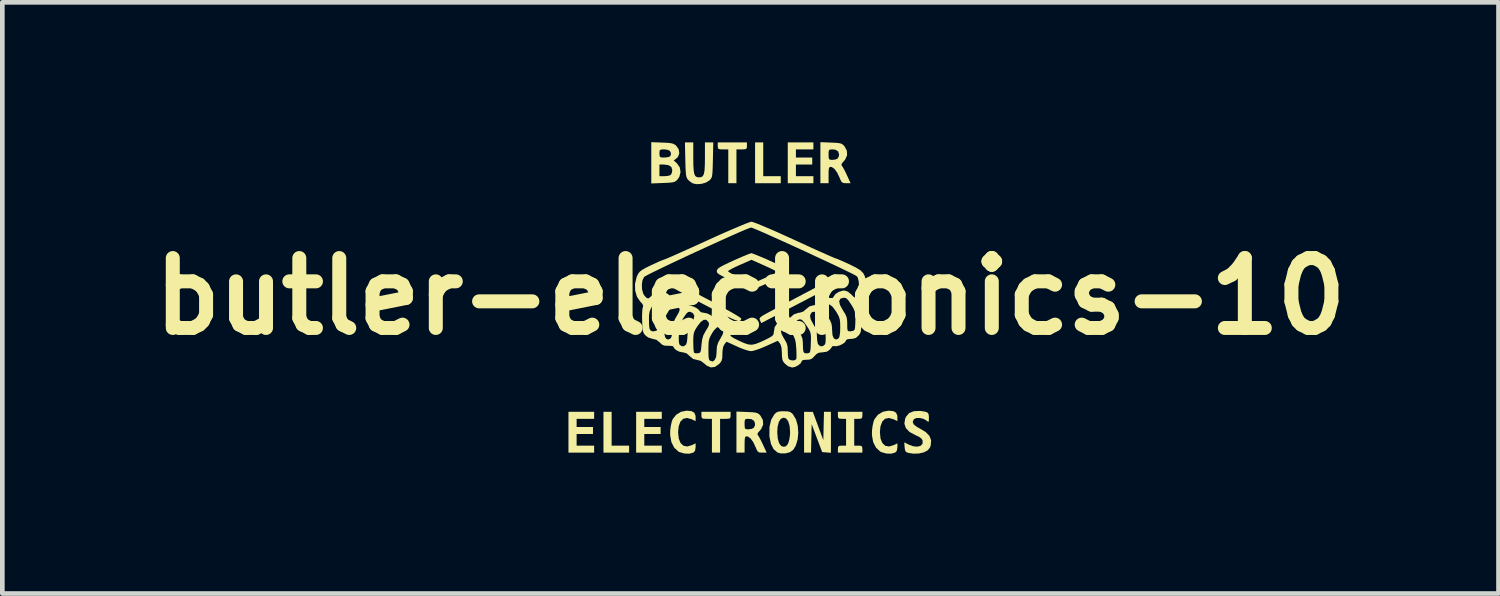
<source format=kicad_pcb>
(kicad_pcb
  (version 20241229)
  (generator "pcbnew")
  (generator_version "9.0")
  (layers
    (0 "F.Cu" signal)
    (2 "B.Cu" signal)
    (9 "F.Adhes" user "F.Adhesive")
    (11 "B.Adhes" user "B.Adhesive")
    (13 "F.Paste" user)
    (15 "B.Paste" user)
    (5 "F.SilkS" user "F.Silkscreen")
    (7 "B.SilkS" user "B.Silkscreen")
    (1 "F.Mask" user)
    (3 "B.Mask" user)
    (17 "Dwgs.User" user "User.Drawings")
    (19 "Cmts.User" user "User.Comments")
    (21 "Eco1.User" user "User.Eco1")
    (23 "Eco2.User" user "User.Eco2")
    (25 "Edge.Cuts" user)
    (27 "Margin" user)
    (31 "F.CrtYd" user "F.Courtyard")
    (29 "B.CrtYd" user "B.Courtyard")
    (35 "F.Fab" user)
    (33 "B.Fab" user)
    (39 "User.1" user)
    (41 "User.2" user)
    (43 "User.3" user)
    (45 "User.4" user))
  (footprint "butler-electronics-10"
    (layer "F.Cu")
    (at 13.05 3.308)
    (property "Reference" "butler-electronics-10" (at 0 0 0) (layer "F.SilkS") (effects (font (size 1.5 1.5) (thickness 0.3))))
    (attr board_only exclude_from_pos_files exclude_from_bom)
    (fp_poly (pts (xy -2.978 2.84) (xy -2.978 3.203) (xy -2.79 3.203) (xy -2.603 3.203) (xy -2.603 3.278) (xy -2.603 3.353) (xy -2.878 3.353) (xy -3.153 3.353) (xy -3.153 2.915) (xy -3.153 2.477) (xy -3.066 2.477) (xy -2.978 2.477)) (stroke (width 0) (type solid)) (fill yes) (layer "F.SilkS"))
    (fp_poly (pts (xy 0.275 -2.94) (xy 0.275 -2.578) (xy 0.463 -2.578) (xy 0.651 -2.578) (xy 0.651 -2.502) (xy 0.651 -2.427) (xy 0.375 -2.427) (xy 0.1 -2.427) (xy 0.1 -2.865) (xy 0.1 -3.303) (xy 0.188 -3.303) (xy 0.275 -3.303)) (stroke (width 0) (type solid)) (fill yes) (layer "F.SilkS"))
    (fp_poly (pts (xy -0.425 2.553) (xy -0.429 2.599) (xy -0.448 2.621) (xy -0.496 2.627) (xy -0.538 2.628) (xy -0.651 2.628) (xy -0.651 2.99) (xy -0.651 3.353) (xy -0.738 3.353) (xy -0.826 3.353) (xy -0.826 2.99) (xy -0.826 2.628) (xy -0.938 2.628) (xy -1.008 2.625) (xy -1.04 2.613) (xy -1.05 2.581) (xy -1.051 2.553) (xy -1.051 2.477) (xy -0.738 2.477) (xy -0.425 2.477)) (stroke (width 0) (type solid)) (fill yes) (layer "F.SilkS"))
    (fp_poly (pts (xy -0.075 -3.228) (xy -0.078 -3.182) (xy -0.097 -3.16) (xy -0.145 -3.154) (xy -0.188 -3.153) (xy -0.3 -3.153) (xy -0.3 -2.79) (xy -0.3 -2.427) (xy -0.388 -2.427) (xy -0.475 -2.427) (xy -0.475 -2.79) (xy -0.475 -3.153) (xy -0.588 -3.153) (xy -0.657 -3.155) (xy -0.69 -3.168) (xy -0.7 -3.2) (xy -0.701 -3.228) (xy -0.701 -3.303) (xy -0.388 -3.303) (xy -0.075 -3.303)) (stroke (width 0) (type solid)) (fill yes) (layer "F.SilkS"))
    (fp_poly (pts (xy 1.727 2.917) (xy 1.727 3.356) (xy 1.633 3.349) (xy 1.539 3.341) (xy 1.426 3.041) (xy 1.314 2.742) (xy 1.307 3.048) (xy 1.3 3.353) (xy 1.225 3.353) (xy 1.151 3.353) (xy 1.151 2.915) (xy 1.151 2.477) (xy 1.245 2.478) (xy 1.339 2.478) (xy 1.451 2.781) (xy 1.564 3.085) (xy 1.571 2.781) (xy 1.578 2.477) (xy 1.652 2.477) (xy 1.727 2.477)) (stroke (width 0) (type solid)) (fill yes) (layer "F.SilkS"))
    (fp_poly (pts (xy -3.353 2.553) (xy -3.353 2.628) (xy -3.541 2.628) (xy -3.729 2.628) (xy -3.729 2.715) (xy -3.729 2.803) (xy -3.553 2.803) (xy -3.378 2.803) (xy -3.378 2.878) (xy -3.378 2.953) (xy -3.553 2.953) (xy -3.729 2.953) (xy -3.729 3.078) (xy -3.729 3.203) (xy -3.541 3.203) (xy -3.353 3.203) (xy -3.353 3.278) (xy -3.353 3.353) (xy -3.629 3.353) (xy -3.904 3.353) (xy -3.904 2.915) (xy -3.904 2.477) (xy -3.629 2.477) (xy -3.353 2.477)) (stroke (width 0) (type solid)) (fill yes) (layer "F.SilkS"))
    (fp_poly (pts (xy -1.902 2.553) (xy -1.902 2.628) (xy -2.09 2.628) (xy -2.277 2.628) (xy -2.277 2.715) (xy -2.277 2.803) (xy -2.102 2.803) (xy -1.927 2.803) (xy -1.927 2.878) (xy -1.927 2.953) (xy -2.102 2.953) (xy -2.277 2.953) (xy -2.277 3.078) (xy -2.277 3.203) (xy -2.09 3.203) (xy -1.902 3.203) (xy -1.902 3.278) (xy -1.902 3.353) (xy -2.177 3.353) (xy -2.452 3.353) (xy -2.452 2.915) (xy -2.452 2.477) (xy -2.177 2.477) (xy -1.902 2.477)) (stroke (width 0) (type solid)) (fill yes) (layer "F.SilkS"))
    (fp_poly (pts (xy 1.351 -3.228) (xy 1.351 -3.153) (xy 1.164 -3.153) (xy 0.976 -3.153) (xy 0.976 -3.066) (xy 0.976 -2.978) (xy 1.151 -2.978) (xy 1.326 -2.978) (xy 1.326 -2.903) (xy 1.326 -2.828) (xy 1.151 -2.828) (xy 0.976 -2.828) (xy 0.976 -2.703) (xy 0.976 -2.578) (xy 1.164 -2.578) (xy 1.351 -2.578) (xy 1.351 -2.502) (xy 1.351 -2.427) (xy 1.076 -2.427) (xy 0.801 -2.427) (xy 0.801 -2.865) (xy 0.801 -3.303) (xy 1.076 -3.303) (xy 1.351 -3.303)) (stroke (width 0) (type solid)) (fill yes) (layer "F.SilkS"))
    (fp_poly (pts (xy 2.402 2.553) (xy 2.397 2.603) (xy 2.373 2.624) (xy 2.315 2.628) (xy 2.227 2.628) (xy 2.227 2.915) (xy 2.227 3.203) (xy 2.315 3.203) (xy 2.374 3.207) (xy 2.398 3.229) (xy 2.402 3.278) (xy 2.402 3.353) (xy 2.14 3.353) (xy 1.877 3.353) (xy 1.877 3.278) (xy 1.882 3.228) (xy 1.906 3.207) (xy 1.964 3.203) (xy 2.052 3.203) (xy 2.052 2.915) (xy 2.052 2.628) (xy 1.964 2.628) (xy 1.906 2.623) (xy 1.881 2.602) (xy 1.877 2.553) (xy 1.877 2.477) (xy 2.14 2.477) (xy 2.402 2.477)) (stroke (width 0) (type solid)) (fill yes) (layer "F.SilkS"))
    (fp_poly (pts (xy -1.267 2.462) (xy -1.205 2.495) (xy -1.179 2.555) (xy -1.176 2.591) (xy -1.176 2.677) (xy -1.261 2.636) (xy -1.36 2.609) (xy -1.441 2.627) (xy -1.502 2.687) (xy -1.539 2.788) (xy -1.552 2.915) (xy -1.538 3.051) (xy -1.498 3.148) (xy -1.436 3.206) (xy -1.354 3.221) (xy -1.261 3.194) (xy -1.176 3.154) (xy -1.176 3.24) (xy -1.189 3.316) (xy -1.225 3.352) (xy -1.311 3.376) (xy -1.416 3.372) (xy -1.517 3.343) (xy -1.547 3.328) (xy -1.637 3.244) (xy -1.696 3.126) (xy -1.722 2.978) (xy -1.721 2.88) (xy -1.708 2.779) (xy -1.687 2.686) (xy -1.667 2.633) (xy -1.592 2.539) (xy -1.487 2.476) (xy -1.368 2.453)) (stroke (width 0) (type solid)) (fill yes) (layer "F.SilkS"))
    (fp_poly (pts (xy 3.063 2.462) (xy 3.124 2.495) (xy 3.151 2.555) (xy 3.153 2.591) (xy 3.153 2.677) (xy 3.068 2.636) (xy 2.97 2.609) (xy 2.888 2.627) (xy 2.828 2.687) (xy 2.79 2.788) (xy 2.778 2.915) (xy 2.791 3.051) (xy 2.831 3.148) (xy 2.893 3.206) (xy 2.975 3.221) (xy 3.068 3.194) (xy 3.153 3.154) (xy 3.153 3.24) (xy 3.14 3.316) (xy 3.105 3.352) (xy 3.018 3.376) (xy 2.913 3.372) (xy 2.813 3.343) (xy 2.782 3.328) (xy 2.693 3.244) (xy 2.633 3.126) (xy 2.607 2.978) (xy 2.608 2.88) (xy 2.621 2.779) (xy 2.642 2.686) (xy 2.663 2.633) (xy 2.737 2.539) (xy 2.842 2.476) (xy 2.961 2.453)) (stroke (width 0) (type solid)) (fill yes) (layer "F.SilkS"))
    (fp_poly (pts (xy 1.815 -0.361) (xy 1.821 -0.355) (xy 1.834 -0.34) (xy 1.844 -0.326) (xy 1.847 -0.312) (xy 1.841 -0.297) (xy 1.822 -0.277) (xy 1.786 -0.25) (xy 1.731 -0.216) (xy 1.653 -0.171) (xy 1.549 -0.114) (xy 1.415 -0.043) (xy 1.248 0.045) (xy 1.044 0.151) (xy 0.802 0.277) (xy 0.686 0.338) (xy 0.232 0.574) (xy 0.205 0.513) (xy 0.197 0.491) (xy 0.198 0.471) (xy 0.214 0.449) (xy 0.251 0.421) (xy 0.314 0.384) (xy 0.408 0.333) (xy 0.539 0.263) (xy 0.595 0.234) (xy 0.766 0.145) (xy 0.956 0.045) (xy 1.15 -0.057) (xy 1.326 -0.15) (xy 1.401 -0.19) (xy 1.542 -0.264) (xy 1.646 -0.316) (xy 1.719 -0.35) (xy 1.767 -0.367) (xy 1.797 -0.37)) (stroke (width 0) (type solid)) (fill yes) (layer "F.SilkS"))
    (fp_poly (pts (xy -1.753 -0.356) (xy -1.701 -0.336) (xy -1.628 -0.303) (xy -1.528 -0.254) (xy -1.398 -0.187) (xy -1.233 -0.102) (xy -1.029 0.005) (xy -0.988 0.027) (xy -0.777 0.139) (xy -0.593 0.239) (xy -0.441 0.323) (xy -0.322 0.392) (xy -0.241 0.442) (xy -0.2 0.473) (xy -0.196 0.48) (xy -0.204 0.505) (xy -0.217 0.522) (xy -0.238 0.53) (xy -0.273 0.526) (xy -0.326 0.509) (xy -0.401 0.477) (xy -0.501 0.429) (xy -0.633 0.363) (xy -0.799 0.277) (xy -1.005 0.17) (xy -1.037 0.153) (xy -1.221 0.056) (xy -1.39 -0.034) (xy -1.54 -0.115) (xy -1.666 -0.184) (xy -1.761 -0.238) (xy -1.823 -0.275) (xy -1.844 -0.29) (xy -1.837 -0.328) (xy -1.821 -0.355) (xy -1.809 -0.364) (xy -1.788 -0.365)) (stroke (width 0) (type solid)) (fill yes) (layer "F.SilkS"))
    (fp_poly (pts (xy -1.226 -2.967) (xy -1.224 -2.812) (xy -1.217 -2.701) (xy -1.204 -2.626) (xy -1.181 -2.58) (xy -1.146 -2.558) (xy -1.101 -2.553) (xy -1.054 -2.559) (xy -1.021 -2.581) (xy -0.998 -2.628) (xy -0.984 -2.704) (xy -0.978 -2.817) (xy -0.976 -2.967) (xy -0.976 -3.303) (xy -0.887 -3.303) (xy -0.797 -3.303) (xy -0.805 -2.928) (xy -0.809 -2.784) (xy -0.813 -2.681) (xy -0.819 -2.61) (xy -0.828 -2.562) (xy -0.843 -2.53) (xy -0.864 -2.503) (xy -0.88 -2.487) (xy -0.956 -2.44) (xy -1.057 -2.412) (xy -1.163 -2.407) (xy -1.239 -2.425) (xy -1.293 -2.46) (xy -1.339 -2.502) (xy -1.359 -2.529) (xy -1.373 -2.564) (xy -1.383 -2.616) (xy -1.389 -2.694) (xy -1.394 -2.806) (xy -1.397 -2.93) (xy -1.405 -3.303) (xy -1.316 -3.303) (xy -1.226 -3.303)) (stroke (width 0) (type solid)) (fill yes) (layer "F.SilkS"))
    (fp_poly (pts (xy 0.799 2.468) (xy 0.854 2.482) (xy 0.896 2.513) (xy 0.914 2.534) (xy 0.978 2.641) (xy 1.015 2.776) (xy 1.027 2.925) (xy 1.013 3.072) (xy 0.973 3.204) (xy 0.918 3.293) (xy 0.846 3.344) (xy 0.749 3.37) (xy 0.648 3.37) (xy 0.577 3.348) (xy 0.497 3.278) (xy 0.441 3.167) (xy 0.41 3.019) (xy 0.407 2.982) (xy 0.408 2.915) (xy 0.576 2.915) (xy 0.586 3.049) (xy 0.615 3.15) (xy 0.661 3.211) (xy 0.713 3.228) (xy 0.764 3.216) (xy 0.8 3.172) (xy 0.815 3.141) (xy 0.836 3.065) (xy 0.849 2.967) (xy 0.851 2.915) (xy 0.841 2.781) (xy 0.811 2.681) (xy 0.765 2.62) (xy 0.713 2.603) (xy 0.654 2.626) (xy 0.61 2.693) (xy 0.583 2.798) (xy 0.576 2.915) (xy 0.408 2.915) (xy 0.409 2.8) (xy 0.445 2.649) (xy 0.512 2.534) (xy 0.512 2.534) (xy 0.553 2.494) (xy 0.6 2.473) (xy 0.67 2.465) (xy 0.713 2.465)) (stroke (width 0) (type solid)) (fill yes) (layer "F.SilkS"))
    (fp_poly (pts (xy 3.655 2.46) (xy 3.746 2.474) (xy 3.798 2.492) (xy 3.822 2.526) (xy 3.829 2.583) (xy 3.829 2.608) (xy 3.827 2.671) (xy 3.819 2.693) (xy 3.796 2.68) (xy 3.781 2.667) (xy 3.717 2.63) (xy 3.638 2.61) (xy 3.563 2.61) (xy 3.51 2.633) (xy 3.507 2.636) (xy 3.481 2.692) (xy 3.501 2.745) (xy 3.568 2.799) (xy 3.628 2.832) (xy 3.759 2.91) (xy 3.841 2.994) (xy 3.877 3.088) (xy 3.868 3.196) (xy 3.854 3.24) (xy 3.806 3.302) (xy 3.721 3.347) (xy 3.611 3.372) (xy 3.489 3.375) (xy 3.378 3.356) (xy 3.336 3.336) (xy 3.316 3.295) (xy 3.308 3.235) (xy 3.301 3.132) (xy 3.395 3.18) (xy 3.495 3.217) (xy 3.583 3.225) (xy 3.652 3.206) (xy 3.692 3.163) (xy 3.695 3.098) (xy 3.695 3.097) (xy 3.671 3.053) (xy 3.617 3.013) (xy 3.541 2.978) (xy 3.414 2.91) (xy 3.335 2.827) (xy 3.303 2.732) (xy 3.319 2.626) (xy 3.34 2.58) (xy 3.405 2.505) (xy 3.505 2.464) (xy 3.636 2.458)) (stroke (width 0) (type solid)) (fill yes) (layer "F.SilkS"))
    (fp_poly (pts (xy -0.073 2.481) (xy 0.036 2.486) (xy 0.108 2.494) (xy 0.154 2.508) (xy 0.188 2.531) (xy 0.215 2.56) (xy 0.268 2.655) (xy 0.273 2.753) (xy 0.23 2.847) (xy 0.204 2.878) (xy 0.16 2.929) (xy 0.151 2.963) (xy 0.163 2.982) (xy 0.188 3.021) (xy 0.225 3.09) (xy 0.267 3.177) (xy 0.27 3.184) (xy 0.348 3.353) (xy 0.252 3.353) (xy 0.193 3.35) (xy 0.158 3.33) (xy 0.13 3.282) (xy 0.114 3.242) (xy 0.061 3.128) (xy 0.003 3.048) (xy -0.055 3.007) (xy -0.077 3.003) (xy -0.102 3.008) (xy -0.117 3.031) (xy -0.123 3.082) (xy -0.125 3.171) (xy -0.125 3.178) (xy -0.125 3.353) (xy -0.213 3.353) (xy -0.3 3.353) (xy -0.3 2.913) (xy -0.3 2.74) (xy -0.125 2.74) (xy -0.123 2.809) (xy -0.111 2.842) (xy -0.077 2.852) (xy -0.043 2.853) (xy 0.024 2.844) (xy 0.069 2.823) (xy 0.07 2.823) (xy 0.095 2.774) (xy 0.1 2.74) (xy 0.08 2.672) (xy 0.022 2.635) (xy -0.043 2.628) (xy -0.093 2.63) (xy -0.117 2.647) (xy -0.125 2.693) (xy -0.125 2.74) (xy -0.3 2.74) (xy -0.3 2.472)) (stroke (width 0) (type solid)) (fill yes) (layer "F.SilkS"))
    (fp_poly (pts (xy 1.729 -3.299) (xy 1.838 -3.294) (xy 1.91 -3.286) (xy 1.956 -3.273) (xy 1.99 -3.249) (xy 2.017 -3.221) (xy 2.069 -3.126) (xy 2.074 -3.027) (xy 2.032 -2.933) (xy 2.006 -2.903) (xy 1.961 -2.852) (xy 1.953 -2.818) (xy 1.964 -2.798) (xy 1.989 -2.76) (xy 2.027 -2.69) (xy 2.069 -2.604) (xy 2.072 -2.596) (xy 2.149 -2.427) (xy 2.054 -2.427) (xy 1.995 -2.431) (xy 1.959 -2.451) (xy 1.932 -2.498) (xy 1.916 -2.539) (xy 1.863 -2.652) (xy 1.805 -2.733) (xy 1.746 -2.774) (xy 1.725 -2.778) (xy 1.699 -2.773) (xy 1.685 -2.75) (xy 1.678 -2.699) (xy 1.677 -2.609) (xy 1.677 -2.603) (xy 1.677 -2.427) (xy 1.589 -2.427) (xy 1.501 -2.427) (xy 1.501 -2.868) (xy 1.501 -3.04) (xy 1.677 -3.04) (xy 1.679 -2.971) (xy 1.691 -2.939) (xy 1.724 -2.929) (xy 1.759 -2.928) (xy 1.826 -2.936) (xy 1.871 -2.957) (xy 1.872 -2.958) (xy 1.897 -3.007) (xy 1.902 -3.04) (xy 1.882 -3.109) (xy 1.823 -3.146) (xy 1.759 -3.153) (xy 1.708 -3.15) (xy 1.684 -3.133) (xy 1.677 -3.088) (xy 1.677 -3.04) (xy 1.501 -3.04) (xy 1.501 -3.308)) (stroke (width 0) (type solid)) (fill yes) (layer "F.SilkS"))
    (fp_poly (pts (xy -1.891 -3.299) (xy -1.777 -3.294) (xy -1.701 -3.285) (xy -1.65 -3.271) (xy -1.612 -3.248) (xy -1.591 -3.23) (xy -1.539 -3.154) (xy -1.526 -3.071) (xy -1.552 -2.995) (xy -1.586 -2.961) (xy -1.645 -2.916) (xy -1.573 -2.849) (xy -1.515 -2.764) (xy -1.499 -2.665) (xy -1.525 -2.565) (xy -1.561 -2.511) (xy -1.591 -2.48) (xy -1.624 -2.459) (xy -1.67 -2.446) (xy -1.742 -2.438) (xy -1.851 -2.433) (xy -1.874 -2.432) (xy -2.127 -2.422) (xy -2.127 -2.828) (xy -1.952 -2.828) (xy -1.952 -2.703) (xy -1.952 -2.578) (xy -1.844 -2.578) (xy -1.771 -2.584) (xy -1.716 -2.601) (xy -1.707 -2.608) (xy -1.684 -2.654) (xy -1.677 -2.707) (xy -1.696 -2.774) (xy -1.756 -2.814) (xy -1.857 -2.828) (xy -1.863 -2.828) (xy -1.952 -2.828) (xy -2.127 -2.828) (xy -2.127 -2.865) (xy -2.127 -3.066) (xy -1.952 -3.066) (xy -1.948 -3.007) (xy -1.926 -2.983) (xy -1.872 -2.978) (xy -1.866 -2.978) (xy -1.796 -2.982) (xy -1.742 -2.993) (xy -1.741 -2.993) (xy -1.707 -3.028) (xy -1.707 -3.081) (xy -1.732 -3.123) (xy -1.775 -3.143) (xy -1.843 -3.153) (xy -1.857 -3.153) (xy -1.919 -3.15) (xy -1.946 -3.132) (xy -1.952 -3.085) (xy -1.952 -3.066) (xy -2.127 -3.066) (xy -2.127 -3.308)) (stroke (width 0) (type solid)) (fill yes) (layer "F.SilkS"))
    (fp_poly (pts (xy 0.053 -0.916) (xy 0.124 -0.889) (xy 0.223 -0.848) (xy 0.343 -0.797) (xy 0.429 -0.758) (xy 0.59 -0.685) (xy 0.706 -0.627) (xy 0.776 -0.579) (xy 0.8 -0.536) (xy 0.779 -0.494) (xy 0.712 -0.446) (xy 0.6 -0.388) (xy 0.442 -0.316) (xy 0.432 -0.311) (xy 0.308 -0.256) (xy 0.198 -0.209) (xy 0.112 -0.174) (xy 0.058 -0.154) (xy 0.044 -0.151) (xy 0.012 -0.161) (xy -0.058 -0.189) (xy -0.156 -0.23) (xy -0.275 -0.282) (xy -0.358 -0.319) (xy -0.496 -0.383) (xy -0.595 -0.43) (xy -0.66 -0.465) (xy -0.699 -0.492) (xy -0.717 -0.515) (xy -0.721 -0.539) (xy -0.481 -0.539) (xy -0.459 -0.519) (xy -0.403 -0.486) (xy -0.322 -0.444) (xy -0.227 -0.399) (xy -0.131 -0.356) (xy -0.043 -0.319) (xy 0.024 -0.294) (xy 0.061 -0.286) (xy 0.063 -0.286) (xy 0.095 -0.3) (xy 0.162 -0.328) (xy 0.253 -0.368) (xy 0.332 -0.402) (xy 0.431 -0.447) (xy 0.511 -0.486) (xy 0.562 -0.513) (xy 0.575 -0.524) (xy 0.553 -0.539) (xy 0.495 -0.569) (xy 0.408 -0.611) (xy 0.302 -0.66) (xy 0.299 -0.661) (xy 0.023 -0.784) (xy -0.229 -0.673) (xy -0.331 -0.627) (xy -0.413 -0.585) (xy -0.466 -0.554) (xy -0.481 -0.539) (xy -0.721 -0.539) (xy -0.721 -0.539) (xy -0.721 -0.548) (xy -0.712 -0.575) (xy -0.688 -0.601) (xy -0.643 -0.632) (xy -0.57 -0.671) (xy -0.462 -0.723) (xy -0.364 -0.768) (xy -0.241 -0.823) (xy -0.131 -0.869) (xy -0.046 -0.904) (xy 0.008 -0.923) (xy 0.02 -0.926)) (stroke (width 0) (type solid)) (fill yes) (layer "F.SilkS"))
    (fp_poly (pts (xy 0.061 -1.591) (xy 0.14 -1.562) (xy 0.252 -1.516) (xy 0.393 -1.457) (xy 0.558 -1.385) (xy 0.74 -1.303) (xy 0.934 -1.215) (xy 0.942 -1.211) (xy 1.135 -1.123) (xy 1.315 -1.04) (xy 1.477 -0.967) (xy 1.615 -0.906) (xy 1.723 -0.858) (xy 1.798 -0.826) (xy 1.832 -0.813) (xy 1.833 -0.812) (xy 1.872 -0.799) (xy 1.945 -0.768) (xy 2.041 -0.725) (xy 2.127 -0.686) (xy 2.263 -0.618) (xy 2.359 -0.559) (xy 2.421 -0.497) (xy 2.457 -0.425) (xy 2.473 -0.332) (xy 2.477 -0.21) (xy 2.474 -0.096) (xy 2.463 -0.016) (xy 2.44 0.046) (xy 2.424 0.075) (xy 2.401 0.118) (xy 2.386 0.163) (xy 2.377 0.222) (xy 2.374 0.306) (xy 2.375 0.426) (xy 2.375 0.466) (xy 2.377 0.594) (xy 2.376 0.683) (xy 2.37 0.743) (xy 2.358 0.784) (xy 2.339 0.816) (xy 2.319 0.841) (xy 2.263 0.891) (xy 2.197 0.91) (xy 2.155 0.912) (xy 2.081 0.92) (xy 2.052 0.941) (xy 2.052 0.944) (xy 2.03 0.983) (xy 1.977 1.023) (xy 1.908 1.055) (xy 1.841 1.07) (xy 1.821 1.069) (xy 1.771 1.067) (xy 1.752 1.076) (xy 1.736 1.104) (xy 1.701 1.146) (xy 1.639 1.188) (xy 1.549 1.201) (xy 1.546 1.201) (xy 1.469 1.209) (xy 1.414 1.24) (xy 1.375 1.282) (xy 1.321 1.336) (xy 1.265 1.358) (xy 1.204 1.36) (xy 1.13 1.366) (xy 1.101 1.387) (xy 1.101 1.39) (xy 1.08 1.434) (xy 1.026 1.479) (xy 0.958 1.514) (xy 0.896 1.527) (xy 0.812 1.502) (xy 0.749 1.453) (xy 0.708 1.407) (xy 0.686 1.359) (xy 0.677 1.293) (xy 0.675 1.222) (xy 0.668 1.107) (xy 0.646 1.031) (xy 0.631 1.008) (xy 0.588 0.953) (xy 0.342 1.064) (xy 0.232 1.111) (xy 0.13 1.148) (xy 0.049 1.171) (xy 0.013 1.176) (xy -0.046 1.166) (xy -0.135 1.138) (xy -0.239 1.098) (xy -0.291 1.074) (xy -0.512 0.973) (xy -0.557 1.027) (xy -0.587 1.089) (xy -0.6 1.184) (xy -0.601 1.231) (xy -0.604 1.32) (xy -0.617 1.378) (xy -0.647 1.425) (xy -0.674 1.453) (xy -0.761 1.514) (xy -0.849 1.525) (xy -0.938 1.486) (xy -0.984 1.446) (xy -1.066 1.384) (xy -1.149 1.363) (xy -1.229 1.343) (xy -1.301 1.284) (xy -1.305 1.28) (xy -1.372 1.222) (xy -1.443 1.202) (xy -1.459 1.201) (xy -1.526 1.187) (xy -1.592 1.154) (xy -1.639 1.111) (xy -1.652 1.079) (xy -1.674 1.067) (xy -1.731 1.061) (xy -1.766 1.061) (xy -1.845 1.057) (xy -1.898 1.035) (xy -1.943 0.991) (xy -2.019 0.931) (xy -2.093 0.914) (xy -2.193 0.883) (xy -2.248 0.842) (xy -2.279 0.807) (xy -2.299 0.77) (xy -2.311 0.718) (xy -2.318 0.64) (xy -2.323 0.527) (xy -2.324 0.496) (xy -2.177 0.496) (xy -2.175 0.612) (xy -2.166 0.687) (xy -2.146 0.729) (xy -2.113 0.748) (xy -2.077 0.751) (xy -2.018 0.737) (xy -1.992 0.711) (xy -1.984 0.668) (xy -1.852 0.668) (xy -1.847 0.792) (xy -1.831 0.872) (xy -1.802 0.915) (xy -1.764 0.926) (xy -1.724 0.91) (xy -1.707 0.896) (xy -1.705 0.891) (xy -1.538 0.891) (xy -1.535 0.976) (xy -1.525 1.028) (xy -1.524 1.031) (xy -1.48 1.069) (xy -1.426 1.07) (xy -1.38 1.032) (xy -1.377 1.028) (xy -1.365 0.984) (xy -1.226 0.984) (xy -1.224 1.082) (xy -1.219 1.16) (xy -1.211 1.205) (xy -1.208 1.211) (xy -1.172 1.222) (xy -1.127 1.221) (xy -1.094 1.214) (xy -1.073 1.194) (xy -1.061 1.15) (xy -1.061 1.147) (xy -0.901 1.147) (xy -0.9 1.256) (xy -0.895 1.325) (xy -0.884 1.363) (xy -0.866 1.381) (xy -0.857 1.384) (xy -0.818 1.395) (xy -0.809 1.398) (xy -0.79 1.386) (xy -0.765 1.362) (xy -0.737 1.305) (xy -0.726 1.204) (xy -0.726 1.179) (xy -0.719 1.077) (xy -0.694 0.995) (xy -0.651 0.917) (xy -0.597 0.82) (xy -0.578 0.749) (xy -0.592 0.697) (xy -0.606 0.681) (xy -0.661 0.65) (xy -0.719 0.666) (xy -0.782 0.73) (xy -0.82 0.786) (xy -0.859 0.855) (xy -0.883 0.913) (xy -0.896 0.977) (xy -0.9 1.062) (xy -0.901 1.147) (xy -1.061 1.147) (xy -1.053 1.071) (xy -1.05 1.039) (xy -1.036 0.926) (xy -1.011 0.838) (xy -0.965 0.752) (xy -0.954 0.734) (xy -0.908 0.658) (xy -0.889 0.608) (xy -0.892 0.57) (xy -0.9 0.553) (xy -0.945 0.504) (xy -1 0.503) (xy -1.066 0.55) (xy -1.135 0.638) (xy -1.18 0.709) (xy -1.207 0.766) (xy -1.221 0.827) (xy -1.226 0.909) (xy -1.226 0.984) (xy -1.365 0.984) (xy -1.362 0.975) (xy -1.353 0.895) (xy -1.351 0.846) (xy -1.343 0.746) (xy -1.313 0.662) (xy -1.276 0.601) (xy -1.219 0.496) (xy -1.204 0.416) (xy -1.232 0.363) (xy -1.25 0.351) (xy -1.297 0.331) (xy -1.335 0.335) (xy -1.373 0.369) (xy -1.422 0.439) (xy -1.434 0.457) (xy -1.48 0.537) (xy -1.508 0.61) (xy -1.525 0.699) (xy -1.533 0.787) (xy -1.538 0.891) (xy -1.705 0.891) (xy -1.69 0.856) (xy -1.679 0.784) (xy -1.677 0.724) (xy -1.671 0.632) (xy -1.651 0.555) (xy -1.609 0.47) (xy -1.589 0.436) (xy -1.543 0.357) (xy -1.521 0.305) (xy -1.52 0.27) (xy -1.536 0.239) (xy -1.583 0.189) (xy -1.632 0.182) (xy -1.686 0.22) (xy -1.749 0.305) (xy -1.76 0.322) (xy -1.807 0.402) (xy -1.835 0.466) (xy -1.848 0.533) (xy -1.852 0.624) (xy -1.852 0.668) (xy -1.984 0.668) (xy -1.983 0.665) (xy -1.978 0.589) (xy -1.977 0.537) (xy -1.969 0.435) (xy -1.939 0.349) (xy -1.902 0.284) (xy -1.849 0.191) (xy -1.829 0.125) (xy -1.84 0.076) (xy -1.857 0.055) (xy -1.911 0.023) (xy -1.969 0.036) (xy -2.032 0.095) (xy -2.086 0.173) (xy -2.136 0.259) (xy -2.163 0.328) (xy -2.175 0.404) (xy -2.177 0.496) (xy -2.324 0.496) (xy -2.325 0.416) (xy -2.321 0.321) (xy -2.314 0.256) (xy -2.308 0.236) (xy -2.3 0.199) (xy -2.324 0.155) (xy -2.364 0.112) (xy -2.435 0.007) (xy -2.473 -0.123) (xy -2.476 -0.255) (xy -2.329 -0.255) (xy -2.325 -0.152) (xy -2.301 -0.061) (xy -2.275 -0.016) (xy -2.225 0.036) (xy -2.184 0.044) (xy -2.138 0.006) (xy -2.121 -0.014) (xy -2.039 -0.084) (xy -1.942 -0.111) (xy -1.843 -0.096) (xy -1.754 -0.038) (xy -1.73 -0.011) (xy -1.661 0.041) (xy -1.605 0.05) (xy -1.518 0.073) (xy -1.443 0.125) (xy -1.379 0.171) (xy -1.32 0.198) (xy -1.303 0.2) (xy -1.233 0.214) (xy -1.161 0.248) (xy -1.106 0.29) (xy -1.092 0.312) (xy -1.059 0.341) (xy -1.013 0.35) (xy -0.929 0.366) (xy -0.846 0.407) (xy -0.786 0.46) (xy -0.777 0.473) (xy -0.736 0.509) (xy -0.704 0.509) (xy -0.639 0.513) (xy -0.562 0.547) (xy -0.492 0.6) (xy -0.46 0.639) (xy -0.431 0.723) (xy -0.431 0.779) (xy -0.435 0.817) (xy -0.426 0.846) (xy -0.397 0.873) (xy -0.34 0.906) (xy -0.245 0.952) (xy -0.24 0.955) (xy -0.131 1.004) (xy -0.045 1.032) (xy 0.032 1.038) (xy 0.114 1.02) (xy 0.216 0.98) (xy 0.307 0.938) (xy 0.401 0.891) (xy 0.459 0.856) (xy 0.489 0.827) (xy 0.5 0.794) (xy 0.5 0.775) (xy 0.508 0.734) (xy 0.653 0.734) (xy 0.67 0.813) (xy 0.723 0.91) (xy 0.724 0.911) (xy 0.773 0.995) (xy 0.796 1.073) (xy 0.801 1.16) (xy 0.803 1.244) (xy 0.81 1.312) (xy 0.816 1.337) (xy 0.849 1.365) (xy 0.903 1.376) (xy 0.957 1.368) (xy 0.984 1.345) (xy 0.988 1.307) (xy 0.988 1.233) (xy 0.985 1.137) (xy 0.983 1.114) (xy 0.974 1.004) (xy 0.957 0.924) (xy 0.929 0.855) (xy 0.884 0.78) (xy 0.833 0.706) (xy 0.794 0.667) (xy 0.756 0.654) (xy 0.731 0.655) (xy 0.674 0.68) (xy 0.653 0.734) (xy 0.508 0.734) (xy 0.521 0.659) (xy 0.564 0.595) (xy 0.955 0.595) (xy 0.975 0.653) (xy 1.025 0.737) (xy 1.039 0.758) (xy 1.09 0.841) (xy 1.116 0.91) (xy 1.125 0.991) (xy 1.126 1.04) (xy 1.129 1.137) (xy 1.14 1.194) (xy 1.164 1.219) (xy 1.208 1.223) (xy 1.225 1.221) (xy 1.256 1.215) (xy 1.275 1.2) (xy 1.286 1.164) (xy 1.292 1.099) (xy 1.296 0.996) (xy 1.299 0.889) (xy 1.295 0.817) (xy 1.282 0.762) (xy 1.256 0.708) (xy 1.212 0.641) (xy 1.15 0.553) (xy 1.104 0.505) (xy 1.063 0.491) (xy 1.021 0.505) (xy 1.004 0.516) (xy 0.966 0.552) (xy 0.955 0.595) (xy 0.564 0.595) (xy 0.58 0.571) (xy 0.669 0.516) (xy 0.761 0.5) (xy 0.822 0.483) (xy 0.856 0.454) (xy 0.903 0.412) (xy 1.279 0.412) (xy 1.292 0.49) (xy 1.346 0.592) (xy 1.351 0.601) (xy 1.401 0.69) (xy 1.423 0.776) (xy 1.426 0.846) (xy 1.431 0.932) (xy 1.443 1.003) (xy 1.452 1.028) (xy 1.497 1.069) (xy 1.552 1.07) (xy 1.598 1.032) (xy 1.601 1.028) (xy 1.613 0.974) (xy 1.615 0.882) (xy 1.61 0.784) (xy 1.597 0.673) (xy 1.578 0.591) (xy 1.545 0.518) (xy 1.506 0.457) (xy 1.44 0.371) (xy 1.384 0.331) (xy 1.334 0.334) (xy 1.306 0.355) (xy 1.279 0.412) (xy 0.903 0.412) (xy 0.931 0.387) (xy 1.03 0.353) (xy 1.062 0.35) (xy 1.131 0.328) (xy 1.192 0.277) (xy 1.585 0.277) (xy 1.591 0.317) (xy 1.619 0.373) (xy 1.66 0.437) (xy 1.713 0.523) (xy 1.74 0.592) (xy 1.751 0.669) (xy 1.752 0.72) (xy 1.761 0.834) (xy 1.789 0.902) (xy 1.836 0.926) (xy 1.839 0.926) (xy 1.88 0.91) (xy 1.897 0.896) (xy 1.913 0.854) (xy 1.924 0.771) (xy 1.927 0.668) (xy 1.925 0.564) (xy 1.916 0.49) (xy 1.895 0.427) (xy 1.856 0.355) (xy 1.836 0.323) (xy 1.765 0.226) (xy 1.702 0.177) (xy 1.648 0.176) (xy 1.604 0.223) (xy 1.597 0.237) (xy 1.585 0.277) (xy 1.192 0.277) (xy 1.195 0.274) (xy 1.267 0.215) (xy 1.353 0.192) (xy 1.36 0.192) (xy 1.439 0.175) (xy 1.48 0.143) (xy 1.517 0.105) (xy 1.904 0.105) (xy 1.921 0.184) (xy 1.978 0.289) (xy 1.988 0.305) (xy 2.039 0.387) (xy 2.066 0.456) (xy 2.076 0.534) (xy 2.077 0.594) (xy 2.078 0.679) (xy 2.084 0.726) (xy 2.101 0.746) (xy 2.135 0.751) (xy 2.149 0.751) (xy 2.21 0.738) (xy 2.237 0.711) (xy 2.245 0.667) (xy 2.25 0.59) (xy 2.252 0.496) (xy 2.252 0.494) (xy 2.25 0.394) (xy 2.238 0.322) (xy 2.21 0.256) (xy 2.16 0.172) (xy 2.158 0.17) (xy 2.106 0.092) (xy 2.067 0.049) (xy 2.032 0.031) (xy 1.989 0.031) (xy 1.927 0.053) (xy 1.904 0.105) (xy 1.517 0.105) (xy 1.531 0.091) (xy 1.606 0.051) (xy 1.683 0.033) (xy 1.715 0.036) (xy 1.765 0.036) (xy 1.789 -0.000225) (xy 1.828 -0.053) (xy 1.899 -0.097) (xy 1.983 -0.123) (xy 2.017 -0.125) (xy 2.091 -0.101) (xy 2.165 -0.039) (xy 2.216 0.012) (xy 2.246 0.03) (xy 2.27 0.02) (xy 2.287 0.003) (xy 2.313 -0.052) (xy 2.327 -0.137) (xy 2.33 -0.235) (xy 2.322 -0.329) (xy 2.303 -0.402) (xy 2.283 -0.431) (xy 2.25 -0.451) (xy 2.178 -0.489) (xy 2.071 -0.541) (xy 1.935 -0.607) (xy 1.775 -0.683) (xy 1.598 -0.766) (xy 1.408 -0.854) (xy 1.212 -0.946) (xy 1.013 -1.037) (xy 0.818 -1.126) (xy 0.632 -1.21) (xy 0.461 -1.287) (xy 0.31 -1.355) (xy 0.185 -1.409) (xy 0.09 -1.449) (xy 0.032 -1.472) (xy 0.016 -1.476) (xy -0.019 -1.466) (xy -0.093 -1.437) (xy -0.202 -1.391) (xy -0.339 -1.331) (xy -0.5 -1.259) (xy -0.679 -1.178) (xy -0.871 -1.091) (xy -1.069 -1) (xy -1.27 -0.908) (xy -1.466 -0.816) (xy -1.654 -0.728) (xy -1.827 -0.646) (xy -1.979 -0.572) (xy -2.107 -0.51) (xy -2.203 -0.461) (xy -2.263 -0.428) (xy -2.281 -0.416) (xy -2.315 -0.349) (xy -2.329 -0.255) (xy -2.476 -0.255) (xy -2.476 -0.266) (xy -2.443 -0.409) (xy -2.429 -0.443) (xy -2.403 -0.492) (xy -2.371 -0.532) (xy -2.323 -0.568) (xy -2.249 -0.61) (xy -2.14 -0.664) (xy -2.036 -0.712) (xy -1.946 -0.753) (xy -1.88 -0.779) (xy -1.855 -0.788) (xy -1.823 -0.8) (xy -1.75 -0.83) (xy -1.643 -0.877) (xy -1.506 -0.938) (xy -1.344 -1.011) (xy -1.163 -1.092) (xy -0.968 -1.181) (xy -0.929 -1.199) (xy -0.731 -1.289) (xy -0.544 -1.372) (xy -0.375 -1.445) (xy -0.229 -1.507) (xy -0.111 -1.556) (xy -0.026 -1.588) (xy 0.019 -1.601) (xy 0.023 -1.602)) (stroke (width 0) (type solid)) (fill yes) (layer "F.SilkS")))
  (gr_rect
    (start -3 -3)
    (end 29.1 9.684)
    (stroke (width 0.1) (type default))
    (fill no)
    (layer "Edge.Cuts")))
</source>
